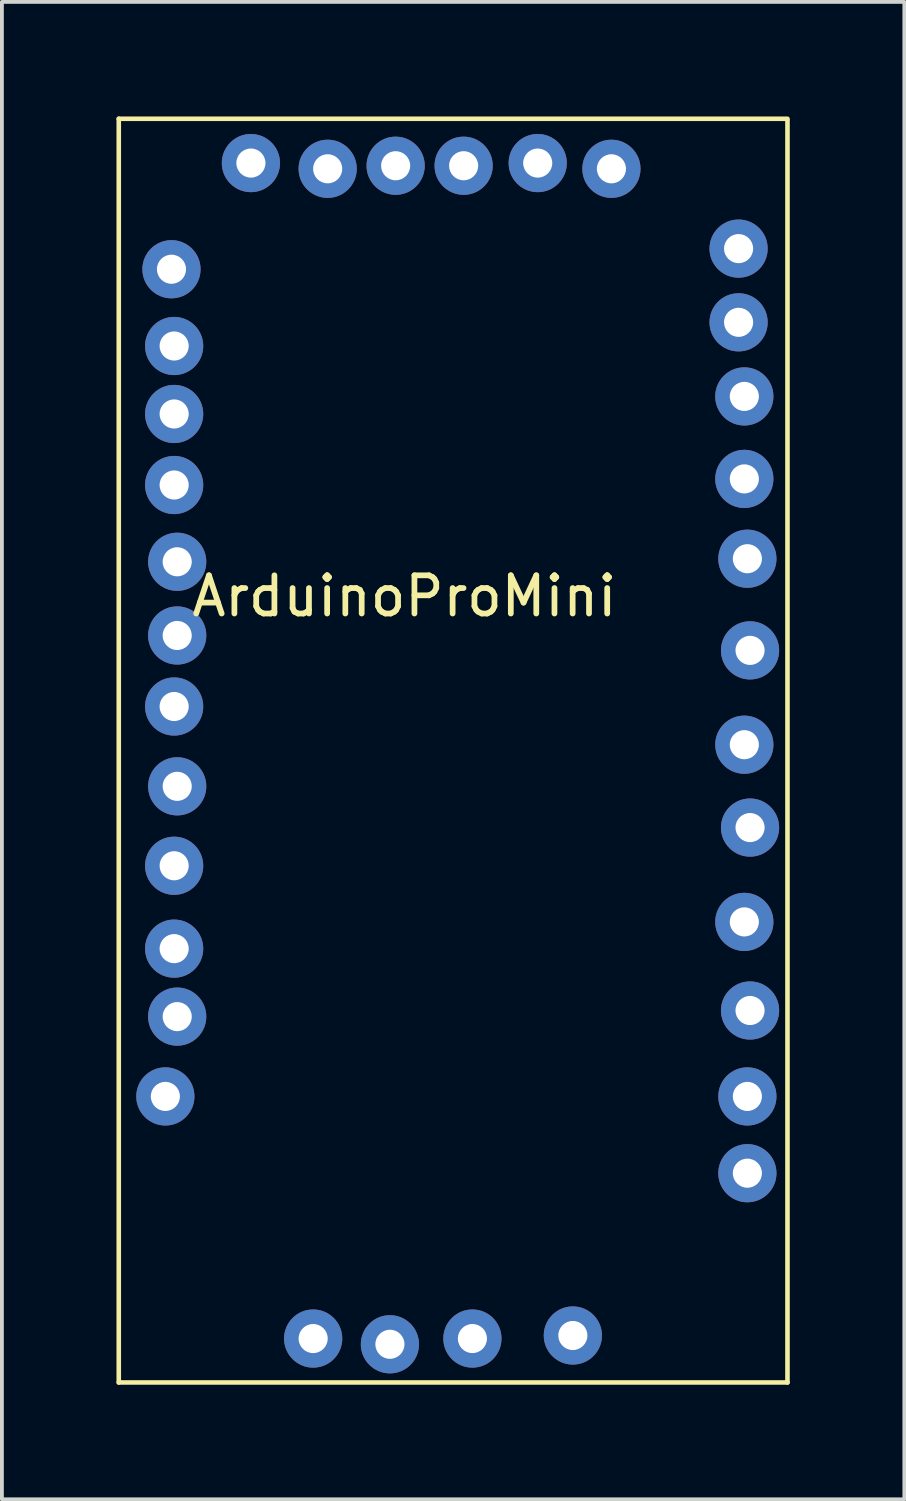
<source format=kicad_pcb>
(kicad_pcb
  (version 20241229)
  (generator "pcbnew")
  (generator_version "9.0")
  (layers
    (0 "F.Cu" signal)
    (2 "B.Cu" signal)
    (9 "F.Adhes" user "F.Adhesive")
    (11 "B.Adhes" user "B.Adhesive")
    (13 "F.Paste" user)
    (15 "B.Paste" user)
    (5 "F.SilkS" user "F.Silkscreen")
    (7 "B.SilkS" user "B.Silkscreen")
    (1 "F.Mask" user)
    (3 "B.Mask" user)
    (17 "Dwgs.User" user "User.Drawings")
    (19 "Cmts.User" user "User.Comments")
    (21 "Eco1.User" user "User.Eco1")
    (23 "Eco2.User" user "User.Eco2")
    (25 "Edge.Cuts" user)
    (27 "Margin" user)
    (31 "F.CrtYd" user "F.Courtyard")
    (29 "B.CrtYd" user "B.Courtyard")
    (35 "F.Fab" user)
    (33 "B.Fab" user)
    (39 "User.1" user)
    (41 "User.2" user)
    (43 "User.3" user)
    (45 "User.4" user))
  (footprint "ArduinoProMini"
    (layer "F.Cu")
    (at 7.54 12.06)
    (property "Reference" "ArduinoProMini" (at 0 0.5 0) (layer "F.SilkS") (effects (font (size 1 1) (thickness 0.15))))
    (attr through_hole)
    (fp_line (start -7.48 -12) (end 10.03 -12) (stroke (width 0.12) (type solid)) (layer "F.SilkS"))
    (fp_line (start -7.48 21.09) (end -7.48 -12) (stroke (width 0.12) (type solid)) (layer "F.SilkS"))
    (fp_line (start 10.03 -11.96) (end 10.03 21.09) (stroke (width 0.12) (type solid)) (layer "F.SilkS"))
    (fp_line (start 10.03 21.09) (end -7.48 21.09) (stroke (width 0.12) (type solid)) (layer "F.SilkS"))
    (pad "1" thru_hole circle (at -4.02 -10.84) (size 1.524 1.524) (drill 0.762) (layers "*.Cu" "*.Mask"))
    (pad "2" thru_hole circle (at -2.01 -10.69) (size 1.524 1.524) (drill 0.762) (layers "*.Cu" "*.Mask"))
    (pad "3" thru_hole circle (at -0.23 -10.77) (size 1.524 1.524) (drill 0.762) (layers "*.Cu" "*.Mask"))
    (pad "4" thru_hole circle (at 1.55 -10.77) (size 1.524 1.524) (drill 0.762) (layers "*.Cu" "*.Mask"))
    (pad "5" thru_hole circle (at 3.49 -10.84) (size 1.524 1.524) (drill 0.762) (layers "*.Cu" "*.Mask"))
    (pad "6" thru_hole circle (at 5.42 -10.69) (size 1.524 1.524) (drill 0.762) (layers "*.Cu" "*.Mask"))
    (pad "7" thru_hole circle (at 8.75 -8.6) (size 1.524 1.524) (drill 0.762) (layers "*.Cu" "*.Mask"))
    (pad "8" thru_hole circle (at 8.75 -6.67) (size 1.524 1.524) (drill 0.762) (layers "*.Cu" "*.Mask"))
    (pad "9" thru_hole circle (at 8.9 -4.73) (size 1.524 1.524) (drill 0.762) (layers "*.Cu" "*.Mask"))
    (pad "10" thru_hole circle (at 8.9 -2.57) (size 1.524 1.524) (drill 0.762) (layers "*.Cu" "*.Mask"))
    (pad "11" thru_hole circle (at 8.98 -0.48) (size 1.524 1.524) (drill 0.762) (layers "*.Cu" "*.Mask"))
    (pad "12" thru_hole circle (at 9.05 1.92) (size 1.524 1.524) (drill 0.762) (layers "*.Cu" "*.Mask"))
    (pad "13" thru_hole circle (at 8.9 4.39) (size 1.524 1.524) (drill 0.762) (layers "*.Cu" "*.Mask"))
    (pad "14" thru_hole circle (at 9.05 6.56) (size 1.524 1.524) (drill 0.762) (layers "*.Cu" "*.Mask"))
    (pad "15" thru_hole circle (at 8.9 9.03) (size 1.524 1.524) (drill 0.762) (layers "*.Cu" "*.Mask"))
    (pad "16" thru_hole circle (at 9.05 11.35) (size 1.524 1.524) (drill 0.762) (layers "*.Cu" "*.Mask"))
    (pad "17" thru_hole circle (at 8.98 13.6) (size 1.524 1.524) (drill 0.762) (layers "*.Cu" "*.Mask"))
    (pad "18" thru_hole circle (at 8.98 15.61) (size 1.524 1.524) (drill 0.762) (layers "*.Cu" "*.Mask"))
    (pad "19" thru_hole circle (at -2.39 19.94) (size 1.524 1.524) (drill 0.762) (layers "*.Cu" "*.Mask"))
    (pad "20" thru_hole circle (at -0.38 20.09) (size 1.524 1.524) (drill 0.762) (layers "*.Cu" "*.Mask"))
    (pad "21" thru_hole circle (at 1.78 19.94) (size 1.524 1.524) (drill 0.762) (layers "*.Cu" "*.Mask"))
    (pad "22" thru_hole circle (at 4.41 19.86) (size 1.524 1.524) (drill 0.762) (layers "*.Cu" "*.Mask"))
    (pad "23" thru_hole circle (at -6.1 -8.06) (size 1.524 1.524) (drill 0.762) (layers "*.Cu" "*.Mask"))
    (pad "24" thru_hole circle (at -6.03 -6.05) (size 1.524 1.524) (drill 0.762) (layers "*.Cu" "*.Mask"))
    (pad "25" thru_hole circle (at -6.03 -4.27) (size 1.524 1.524) (drill 0.762) (layers "*.Cu" "*.Mask"))
    (pad "26" thru_hole circle (at -6.03 -2.41) (size 1.524 1.524) (drill 0.762) (layers "*.Cu" "*.Mask"))
    (pad "27" thru_hole circle (at -5.95 -0.4) (size 1.524 1.524) (drill 0.762) (layers "*.Cu" "*.Mask"))
    (pad "28" thru_hole circle (at -5.95 1.53) (size 1.524 1.524) (drill 0.762) (layers "*.Cu" "*.Mask"))
    (pad "29" thru_hole circle (at -6.03 3.39) (size 1.524 1.524) (drill 0.762) (layers "*.Cu" "*.Mask"))
    (pad "30" thru_hole circle (at -5.95 5.48) (size 1.524 1.524) (drill 0.762) (layers "*.Cu" "*.Mask"))
    (pad "31" thru_hole circle (at -6.03 7.56) (size 1.524 1.524) (drill 0.762) (layers "*.Cu" "*.Mask"))
    (pad "32" thru_hole circle (at -6.03 9.73) (size 1.524 1.524) (drill 0.762) (layers "*.Cu" "*.Mask"))
    (pad "33" thru_hole circle (at -5.95 11.51) (size 1.524 1.524) (drill 0.762) (layers "*.Cu" "*.Mask"))
    (pad "34" thru_hole circle (at -6.26 13.6) (size 1.524 1.524) (drill 0.762) (layers "*.Cu" "*.Mask")))
  (gr_rect
    (start -3 -3)
    (end 20.63 36.21)
    (stroke (width 0.1) (type default))
    (fill no)
    (layer "Edge.Cuts")))
</source>
